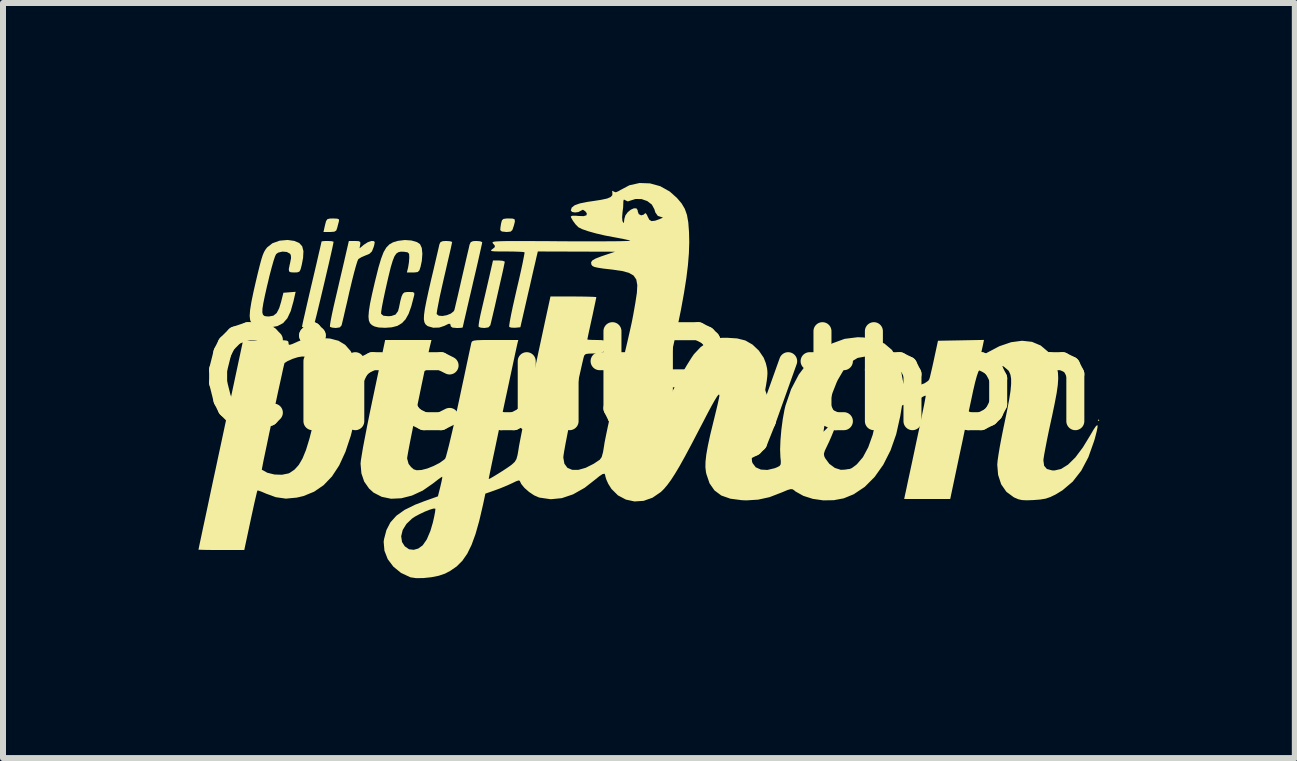
<source format=kicad_pcb>
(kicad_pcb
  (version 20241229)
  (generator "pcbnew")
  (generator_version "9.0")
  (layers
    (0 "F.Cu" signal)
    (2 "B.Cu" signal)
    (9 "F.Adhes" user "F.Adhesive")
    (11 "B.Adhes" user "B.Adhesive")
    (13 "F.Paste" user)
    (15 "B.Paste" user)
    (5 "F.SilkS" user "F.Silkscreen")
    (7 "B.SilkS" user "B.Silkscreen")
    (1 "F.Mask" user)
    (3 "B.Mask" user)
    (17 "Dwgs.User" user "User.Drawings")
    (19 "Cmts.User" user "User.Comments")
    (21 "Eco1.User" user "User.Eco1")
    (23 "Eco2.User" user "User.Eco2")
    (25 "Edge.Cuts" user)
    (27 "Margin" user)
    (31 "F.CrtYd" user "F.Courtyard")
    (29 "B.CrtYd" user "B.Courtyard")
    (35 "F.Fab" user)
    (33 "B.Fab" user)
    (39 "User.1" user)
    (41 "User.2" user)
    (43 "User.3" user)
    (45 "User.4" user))
  (footprint "CircuitPython"
    (layer "F.Cu")
    (at 7.764 3.291)
    (property "Reference" "CircuitPython" (at 0 0 0) (layer "F.SilkS") (effects (font (size 1.5 1.5) (thickness 0.3))))
    (attr board_only exclude_from_pos_files exclude_from_bom)
    (fp_poly (pts (xy 7.507 0.662) (xy 7.495 0.675) (xy 7.482 0.662) (xy 7.495 0.65)) (stroke (width 0) (type solid)) (fill yes) (layer "F.SilkS"))
    (fp_poly (pts (xy -5.194 -2.697) (xy -5.165 -2.685) (xy -5.164 -2.659) (xy -5.165 -2.656) (xy -5.18 -2.599) (xy -5.194 -2.544) (xy -5.21 -2.5) (xy -5.241 -2.48) (xy -5.303 -2.475) (xy -5.317 -2.475) (xy -5.423 -2.475) (xy -5.398 -2.587) (xy -5.38 -2.656) (xy -5.357 -2.689) (xy -5.314 -2.699) (xy -5.262 -2.7)) (stroke (width 0) (type solid)) (fill yes) (layer "F.SilkS"))
    (fp_poly (pts (xy -2.268 -2.698) (xy -2.237 -2.685) (xy -2.233 -2.648) (xy -2.251 -2.577) (xy -2.254 -2.569) (xy -2.275 -2.508) (xy -2.304 -2.481) (xy -2.362 -2.475) (xy -2.379 -2.475) (xy -2.451 -2.483) (xy -2.477 -2.506) (xy -2.477 -2.509) (xy -2.473 -2.557) (xy -2.462 -2.622) (xy -2.448 -2.671) (xy -2.422 -2.693) (xy -2.367 -2.7) (xy -2.337 -2.7)) (stroke (width 0) (type solid)) (fill yes) (layer "F.SilkS"))
    (fp_poly (pts (xy -2.438 -1.995) (xy -2.404 -1.982) (xy -2.402 -1.977) (xy -2.408 -1.947) (xy -2.422 -1.878) (xy -2.444 -1.777) (xy -2.472 -1.655) (xy -2.503 -1.518) (xy -2.535 -1.378) (xy -2.566 -1.241) (xy -2.595 -1.118) (xy -2.619 -1.016) (xy -2.636 -0.946) (xy -2.643 -0.919) (xy -2.674 -0.885) (xy -2.74 -0.875) (xy -2.801 -0.88) (xy -2.836 -0.893) (xy -2.837 -0.895) (xy -2.837 -0.926) (xy -2.827 -0.995) (xy -2.808 -1.089) (xy -2.791 -1.164) (xy -2.76 -1.297) (xy -2.723 -1.455) (xy -2.686 -1.615) (xy -2.665 -1.706) (xy -2.598 -2) (xy -2.5 -2)) (stroke (width 0) (type solid)) (fill yes) (layer "F.SilkS"))
    (fp_poly (pts (xy -5.293 -2.322) (xy -5.258 -2.314) (xy -5.255 -2.31) (xy -5.261 -2.277) (xy -5.276 -2.204) (xy -5.3 -2.097) (xy -5.33 -1.965) (xy -5.365 -1.816) (xy -5.402 -1.657) (xy -5.44 -1.497) (xy -5.477 -1.342) (xy -5.511 -1.201) (xy -5.54 -1.082) (xy -5.563 -0.993) (xy -5.577 -0.94) (xy -5.58 -0.931) (xy -5.612 -0.89) (xy -5.67 -0.876) (xy -5.693 -0.875) (xy -5.751 -0.881) (xy -5.78 -0.894) (xy -5.781 -0.897) (xy -5.775 -0.927) (xy -5.76 -0.998) (xy -5.735 -1.106) (xy -5.704 -1.243) (xy -5.667 -1.403) (xy -5.626 -1.58) (xy -5.618 -1.613) (xy -5.576 -1.792) (xy -5.538 -1.954) (xy -5.506 -2.094) (xy -5.48 -2.205) (xy -5.463 -2.28) (xy -5.456 -2.315) (xy -5.455 -2.316) (xy -5.433 -2.322) (xy -5.378 -2.325) (xy -5.355 -2.325)) (stroke (width 0) (type solid)) (fill yes) (layer "F.SilkS"))
    (fp_poly (pts (xy -4.836 -2.322) (xy -4.81 -2.308) (xy -4.809 -2.275) (xy -4.811 -2.263) (xy -4.822 -2.202) (xy -4.749 -2.263) (xy -4.685 -2.304) (xy -4.624 -2.325) (xy -4.617 -2.325) (xy -4.581 -2.322) (xy -4.569 -2.304) (xy -4.577 -2.258) (xy -4.587 -2.223) (xy -4.615 -2.152) (xy -4.657 -2.111) (xy -4.715 -2.087) (xy -4.785 -2.058) (xy -4.836 -2.027) (xy -4.843 -2.02) (xy -4.858 -1.987) (xy -4.881 -1.913) (xy -4.911 -1.805) (xy -4.945 -1.671) (xy -4.981 -1.52) (xy -4.992 -1.475) (xy -5.027 -1.319) (xy -5.06 -1.179) (xy -5.087 -1.061) (xy -5.108 -0.973) (xy -5.12 -0.924) (xy -5.121 -0.919) (xy -5.151 -0.885) (xy -5.218 -0.875) (xy -5.279 -0.881) (xy -5.314 -0.894) (xy -5.315 -0.896) (xy -5.314 -0.926) (xy -5.303 -0.996) (xy -5.283 -1.098) (xy -5.256 -1.223) (xy -5.232 -1.327) (xy -5.193 -1.493) (xy -5.152 -1.67) (xy -5.112 -1.841) (xy -5.078 -1.986) (xy -5.068 -2.031) (xy -5 -2.325) (xy -4.899 -2.325)) (stroke (width 0) (type solid)) (fill yes) (layer "F.SilkS"))
    (fp_poly (pts (xy -5.909 -2.326) (xy -5.828 -2.292) (xy -5.778 -2.237) (xy -5.757 -2.156) (xy -5.763 -2.043) (xy -5.785 -1.927) (xy -5.804 -1.853) (xy -5.824 -1.815) (xy -5.858 -1.802) (xy -5.91 -1.8) (xy -5.967 -1.803) (xy -5.996 -1.817) (xy -6.001 -1.855) (xy -5.987 -1.926) (xy -5.978 -1.964) (xy -5.963 -2.043) (xy -5.968 -2.091) (xy -5.981 -2.113) (xy -6.034 -2.142) (xy -6.107 -2.148) (xy -6.178 -2.131) (xy -6.212 -2.106) (xy -6.23 -2.069) (xy -6.256 -1.991) (xy -6.287 -1.881) (xy -6.322 -1.748) (xy -6.357 -1.599) (xy -6.359 -1.594) (xy -6.398 -1.421) (xy -6.425 -1.291) (xy -6.44 -1.197) (xy -6.442 -1.134) (xy -6.431 -1.095) (xy -6.407 -1.075) (xy -6.37 -1.068) (xy -6.331 -1.067) (xy -6.258 -1.08) (xy -6.203 -1.124) (xy -6.161 -1.205) (xy -6.13 -1.307) (xy -6.091 -1.462) (xy -5.989 -1.47) (xy -5.887 -1.478) (xy -5.923 -1.32) (xy -5.969 -1.156) (xy -6.025 -1.037) (xy -6.096 -0.956) (xy -6.189 -0.907) (xy -6.308 -0.885) (xy -6.338 -0.883) (xy -6.426 -0.882) (xy -6.498 -0.885) (xy -6.531 -0.891) (xy -6.584 -0.918) (xy -6.622 -0.954) (xy -6.645 -1.005) (xy -6.653 -1.077) (xy -6.646 -1.175) (xy -6.625 -1.306) (xy -6.59 -1.475) (xy -6.558 -1.616) (xy -6.517 -1.79) (xy -6.484 -1.922) (xy -6.458 -2.019) (xy -6.435 -2.09) (xy -6.413 -2.142) (xy -6.39 -2.181) (xy -6.364 -2.215) (xy -6.364 -2.216) (xy -6.274 -2.287) (xy -6.154 -2.33) (xy -6.021 -2.342)) (stroke (width 0) (type solid)) (fill yes) (layer "F.SilkS"))
    (fp_poly (pts (xy -3.956 -2.333) (xy -3.864 -2.306) (xy -3.814 -2.272) (xy -3.785 -2.209) (xy -3.775 -2.112) (xy -3.784 -1.994) (xy -3.805 -1.895) (xy -3.825 -1.834) (xy -3.854 -1.807) (xy -3.909 -1.8) (xy -3.932 -1.8) (xy -4.033 -1.8) (xy -4.013 -1.881) (xy -3.999 -1.967) (xy -3.993 -2.05) (xy -3.996 -2.109) (xy -4.019 -2.135) (xy -4.076 -2.145) (xy -4.079 -2.145) (xy -4.132 -2.147) (xy -4.175 -2.138) (xy -4.21 -2.114) (xy -4.241 -2.068) (xy -4.27 -1.994) (xy -4.302 -1.887) (xy -4.338 -1.74) (xy -4.367 -1.615) (xy -4.4 -1.467) (xy -4.428 -1.334) (xy -4.449 -1.225) (xy -4.461 -1.148) (xy -4.463 -1.111) (xy -4.462 -1.11) (xy -4.424 -1.079) (xy -4.341 -1.071) (xy -4.292 -1.075) (xy -4.223 -1.098) (xy -4.181 -1.155) (xy -4.166 -1.208) (xy -4.142 -1.325) (xy -4.121 -1.402) (xy -4.1 -1.446) (xy -4.073 -1.468) (xy -4.033 -1.474) (xy -4 -1.475) (xy -3.936 -1.473) (xy -3.91 -1.46) (xy -3.91 -1.426) (xy -3.915 -1.406) (xy -3.959 -1.238) (xy -4.004 -1.111) (xy -4.055 -1.02) (xy -4.114 -0.957) (xy -4.186 -0.913) (xy -4.195 -0.909) (xy -4.285 -0.886) (xy -4.396 -0.878) (xy -4.502 -0.883) (xy -4.572 -0.9) (xy -4.616 -0.923) (xy -4.648 -0.955) (xy -4.667 -1.001) (xy -4.673 -1.067) (xy -4.666 -1.158) (xy -4.647 -1.28) (xy -4.614 -1.437) (xy -4.568 -1.636) (xy -4.553 -1.697) (xy -4.506 -1.885) (xy -4.463 -2.029) (xy -4.422 -2.137) (xy -4.377 -2.214) (xy -4.326 -2.267) (xy -4.265 -2.302) (xy -4.19 -2.325) (xy -4.182 -2.327) (xy -4.067 -2.341)) (stroke (width 0) (type solid)) (fill yes) (layer "F.SilkS"))
    (fp_poly (pts (xy -2.813 -2.32) (xy -2.78 -2.307) (xy -2.778 -2.303) (xy -2.783 -2.273) (xy -2.799 -2.202) (xy -2.823 -2.094) (xy -2.854 -1.957) (xy -2.891 -1.797) (xy -2.933 -1.62) (xy -2.94 -1.587) (xy -2.982 -1.408) (xy -3.02 -1.246) (xy -3.052 -1.106) (xy -3.078 -0.995) (xy -3.095 -0.92) (xy -3.103 -0.885) (xy -3.103 -0.884) (xy -3.125 -0.878) (xy -3.181 -0.875) (xy -3.203 -0.875) (xy -3.273 -0.881) (xy -3.301 -0.902) (xy -3.303 -0.912) (xy -3.311 -0.943) (xy -3.341 -0.943) (xy -3.401 -0.914) (xy -3.403 -0.912) (xy -3.493 -0.882) (xy -3.594 -0.879) (xy -3.681 -0.904) (xy -3.698 -0.914) (xy -3.725 -0.939) (xy -3.742 -0.973) (xy -3.75 -1.023) (xy -3.747 -1.093) (xy -3.734 -1.19) (xy -3.709 -1.319) (xy -3.673 -1.486) (xy -3.629 -1.679) (xy -3.591 -1.838) (xy -3.557 -1.984) (xy -3.528 -2.108) (xy -3.506 -2.202) (xy -3.493 -2.259) (xy -3.491 -2.269) (xy -3.473 -2.306) (xy -3.434 -2.322) (xy -3.378 -2.325) (xy -3.316 -2.321) (xy -3.281 -2.31) (xy -3.279 -2.306) (xy -3.285 -2.278) (xy -3.3 -2.207) (xy -3.324 -2.102) (xy -3.355 -1.97) (xy -3.39 -1.816) (xy -3.414 -1.714) (xy -3.451 -1.55) (xy -3.484 -1.402) (xy -3.509 -1.276) (xy -3.527 -1.181) (xy -3.536 -1.122) (xy -3.536 -1.107) (xy -3.502 -1.08) (xy -3.44 -1.075) (xy -3.368 -1.088) (xy -3.3 -1.115) (xy -3.253 -1.153) (xy -3.242 -1.173) (xy -3.233 -1.208) (xy -3.215 -1.285) (xy -3.189 -1.394) (xy -3.158 -1.528) (xy -3.124 -1.678) (xy -3.117 -1.708) (xy -3.081 -1.863) (xy -3.049 -2.003) (xy -3.021 -2.122) (xy -3 -2.211) (xy -2.989 -2.261) (xy -2.988 -2.264) (xy -2.969 -2.305) (xy -2.931 -2.322) (xy -2.875 -2.325)) (stroke (width 0) (type solid)) (fill yes) (layer "F.SilkS"))
    (fp_poly (pts (xy -5.314 -0.699) (xy -5.173 -0.662) (xy -5.061 -0.594) (xy -4.97 -0.49) (xy -4.9 -0.362) (xy -4.876 -0.302) (xy -4.859 -0.243) (xy -4.85 -0.171) (xy -4.845 -0.075) (xy -4.844 0.057) (xy -4.844 0.075) (xy -4.852 0.309) (xy -4.874 0.515) (xy -4.889 0.6) (xy -4.967 0.918) (xy -5.057 1.189) (xy -5.161 1.415) (xy -5.282 1.6) (xy -5.421 1.745) (xy -5.578 1.853) (xy -5.757 1.926) (xy -5.868 1.952) (xy -6.049 1.969) (xy -6.218 1.945) (xy -6.377 1.887) (xy -6.451 1.855) (xy -6.504 1.836) (xy -6.524 1.834) (xy -6.532 1.86) (xy -6.548 1.928) (xy -6.572 2.03) (xy -6.6 2.158) (xy -6.632 2.305) (xy -6.638 2.334) (xy -6.743 2.825) (xy -7.125 2.825) (xy -7.257 2.825) (xy -7.369 2.824) (xy -7.453 2.822) (xy -7.5 2.82) (xy -7.507 2.819) (xy -7.501 2.794) (xy -7.487 2.724) (xy -7.463 2.613) (xy -7.432 2.465) (xy -7.393 2.284) (xy -7.348 2.073) (xy -7.298 1.836) (xy -7.243 1.578) (xy -7.223 1.487) (xy -6.451 1.487) (xy -6.358 1.538) (xy -6.239 1.567) (xy -6.115 1.571) (xy -6.006 1.549) (xy -5.983 1.538) (xy -5.904 1.484) (xy -5.834 1.406) (xy -5.772 1.299) (xy -5.714 1.157) (xy -5.658 0.974) (xy -5.615 0.807) (xy -5.551 0.524) (xy -5.507 0.283) (xy -5.484 0.083) (xy -5.482 -0.078) (xy -5.501 -0.204) (xy -5.541 -0.296) (xy -5.603 -0.358) (xy -5.688 -0.392) (xy -5.776 -0.4) (xy -5.847 -0.389) (xy -5.936 -0.361) (xy -6.02 -0.324) (xy -6.072 -0.291) (xy -6.079 -0.266) (xy -6.095 -0.199) (xy -6.117 -0.096) (xy -6.146 0.035) (xy -6.18 0.189) (xy -6.216 0.358) (xy -6.254 0.536) (xy -6.292 0.717) (xy -6.33 0.893) (xy -6.364 1.058) (xy -6.395 1.205) (xy -6.421 1.328) (xy -6.439 1.421) (xy -6.449 1.475) (xy -6.451 1.487) (xy -7.223 1.487) (xy -7.184 1.303) (xy -7.135 1.075) (xy -6.764 -0.662) (xy -6.385 -0.669) (xy -6.24 -0.672) (xy -6.138 -0.672) (xy -6.07 -0.669) (xy -6.031 -0.663) (xy -6.012 -0.652) (xy -6.006 -0.636) (xy -6.006 -0.627) (xy -6.003 -0.602) (xy -5.988 -0.594) (xy -5.95 -0.605) (xy -5.878 -0.636) (xy -5.862 -0.644) (xy -5.779 -0.678) (xy -5.702 -0.698) (xy -5.611 -0.708) (xy -5.493 -0.71)) (stroke (width 0) (type solid)) (fill yes) (layer "F.SilkS"))
    (fp_poly (pts (xy 0.018 -3.285) (xy 0.189 -3.238) (xy 0.348 -3.149) (xy 0.469 -3.041) (xy 0.546 -2.95) (xy 0.599 -2.86) (xy 0.635 -2.758) (xy 0.657 -2.633) (xy 0.669 -2.472) (xy 0.673 -2.304) (xy 0.667 -2.122) (xy 0.651 -1.923) (xy 0.624 -1.703) (xy 0.585 -1.456) (xy 0.535 -1.18) (xy 0.471 -0.869) (xy 0.394 -0.519) (xy 0.302 -0.125) (xy 0.298 -0.11) (xy 0.255 0.073) (xy 0.215 0.241) (xy 0.181 0.387) (xy 0.154 0.504) (xy 0.135 0.588) (xy 0.126 0.631) (xy 0.125 0.635) (xy 0.135 0.651) (xy 0.161 0.625) (xy 0.2 0.564) (xy 0.25 0.47) (xy 0.282 0.403) (xy 0.363 0.238) (xy 0.452 0.066) (xy 0.543 -0.101) (xy 0.631 -0.252) (xy 0.709 -0.377) (xy 0.751 -0.438) (xy 0.863 -0.557) (xy 0.979 -0.638) (xy 1.06 -0.679) (xy 1.132 -0.701) (xy 1.217 -0.711) (xy 1.301 -0.712) (xy 1.471 -0.701) (xy 1.607 -0.667) (xy 1.607 -0.667) (xy 1.726 -0.599) (xy 1.832 -0.499) (xy 1.913 -0.38) (xy 1.949 -0.289) (xy 1.96 -0.244) (xy 1.969 -0.205) (xy 1.974 -0.165) (xy 1.976 -0.121) (xy 1.973 -0.067) (xy 1.965 0.002) (xy 1.951 0.09) (xy 1.93 0.203) (xy 1.901 0.345) (xy 1.865 0.522) (xy 1.82 0.737) (xy 1.765 0.997) (xy 1.765 0.998) (xy 1.737 1.135) (xy 1.721 1.233) (xy 1.715 1.302) (xy 1.719 1.35) (xy 1.728 1.377) (xy 1.781 1.447) (xy 1.867 1.485) (xy 1.975 1.491) (xy 2.098 1.462) (xy 2.144 1.443) (xy 2.18 1.423) (xy 2.197 1.395) (xy 2.199 1.345) (xy 2.192 1.276) (xy 2.187 1.151) (xy 2.193 0.994) (xy 2.205 0.854) (xy 2.91 0.854) (xy 3.031 0.734) (xy 3.092 0.677) (xy 3.135 0.64) (xy 3.153 0.631) (xy 3.153 0.632) (xy 3.144 0.67) (xy 3.119 0.741) (xy 3.083 0.832) (xy 3.043 0.93) (xy 3.002 1.024) (xy 2.968 1.095) (xy 2.932 1.171) (xy 2.917 1.221) (xy 2.922 1.26) (xy 2.937 1.294) (xy 3.007 1.389) (xy 3.099 1.457) (xy 3.198 1.489) (xy 3.266 1.486) (xy 3.322 1.477) (xy 3.346 1.475) (xy 3.382 1.46) (xy 3.437 1.42) (xy 3.467 1.396) (xy 3.567 1.279) (xy 3.655 1.115) (xy 3.729 0.908) (xy 3.788 0.66) (xy 3.788 0.657) (xy 3.822 0.479) (xy 3.762 0.464) (xy 3.673 0.42) (xy 3.62 0.341) (xy 3.604 0.236) (xy 3.623 0.099) (xy 3.685 -0.014) (xy 3.757 -0.082) (xy 3.806 -0.126) (xy 3.823 -0.161) (xy 3.812 -0.211) (xy 3.807 -0.227) (xy 3.758 -0.326) (xy 3.695 -0.382) (xy 3.611 -0.4) (xy 3.61 -0.4) (xy 3.479 -0.376) (xy 3.359 -0.303) (xy 3.25 -0.182) (xy 3.15 -0.012) (xy 3.129 0.032) (xy 3.062 0.202) (xy 3.001 0.398) (xy 2.953 0.597) (xy 2.932 0.708) (xy 2.91 0.854) (xy 2.205 0.854) (xy 2.208 0.82) (xy 2.231 0.646) (xy 2.26 0.486) (xy 2.277 0.417) (xy 2.371 0.144) (xy 2.499 -0.1) (xy 2.657 -0.31) (xy 2.668 -0.321) (xy 2.856 -0.494) (xy 3.055 -0.618) (xy 3.263 -0.694) (xy 3.48 -0.721) (xy 3.579 -0.717) (xy 3.77 -0.683) (xy 3.926 -0.615) (xy 4.049 -0.511) (xy 4.139 -0.369) (xy 4.199 -0.189) (xy 4.219 -0.071) (xy 4.234 0.007) (xy 4.252 0.064) (xy 4.264 0.081) (xy 4.327 0.099) (xy 4.414 0.097) (xy 4.508 0.078) (xy 4.594 0.047) (xy 4.655 0.006) (xy 4.673 -0.02) (xy 4.684 -0.057) (xy 4.702 -0.133) (xy 4.726 -0.236) (xy 4.752 -0.355) (xy 4.753 -0.36) (xy 4.818 -0.662) (xy 5.201 -0.669) (xy 5.585 -0.676) (xy 5.568 -0.594) (xy 5.551 -0.517) (xy 5.537 -0.453) (xy 5.523 -0.393) (xy 5.633 -0.461) (xy 5.841 -0.571) (xy 6.038 -0.638) (xy 6.22 -0.662) (xy 6.385 -0.644) (xy 6.53 -0.583) (xy 6.652 -0.48) (xy 6.738 -0.357) (xy 6.776 -0.281) (xy 6.803 -0.207) (xy 6.818 -0.127) (xy 6.822 -0.036) (xy 6.815 0.074) (xy 6.796 0.209) (xy 6.764 0.378) (xy 6.721 0.586) (xy 6.707 0.649) (xy 6.67 0.819) (xy 6.637 0.979) (xy 6.61 1.119) (xy 6.589 1.231) (xy 6.577 1.308) (xy 6.575 1.333) (xy 6.587 1.421) (xy 6.633 1.475) (xy 6.718 1.498) (xy 6.758 1.5) (xy 6.869 1.475) (xy 6.986 1.402) (xy 7.108 1.282) (xy 7.233 1.115) (xy 7.352 0.92) (xy 7.412 0.817) (xy 7.453 0.758) (xy 7.475 0.743) (xy 7.478 0.774) (xy 7.463 0.85) (xy 7.431 0.973) (xy 7.418 1.015) (xy 7.324 1.28) (xy 7.206 1.503) (xy 7.063 1.686) (xy 6.893 1.83) (xy 6.782 1.898) (xy 6.692 1.942) (xy 6.613 1.969) (xy 6.523 1.984) (xy 6.409 1.993) (xy 6.298 1.997) (xy 6.219 1.993) (xy 6.159 1.98) (xy 6.098 1.954) (xy 6.081 1.946) (xy 5.958 1.855) (xy 5.871 1.73) (xy 5.82 1.572) (xy 5.806 1.405) (xy 5.811 1.341) (xy 5.826 1.238) (xy 5.848 1.105) (xy 5.877 0.951) (xy 5.91 0.786) (xy 5.922 0.73) (xy 5.969 0.504) (xy 6.004 0.321) (xy 6.027 0.174) (xy 6.037 0.06) (xy 6.037 -0.028) (xy 6.026 -0.095) (xy 6.004 -0.147) (xy 5.991 -0.167) (xy 5.912 -0.234) (xy 5.808 -0.264) (xy 5.688 -0.255) (xy 5.56 -0.207) (xy 5.508 -0.177) (xy 5.49 -0.145) (xy 5.465 -0.073) (xy 5.437 0.03) (xy 5.408 0.154) (xy 5.405 0.166) (xy 5.382 0.276) (xy 5.35 0.425) (xy 5.312 0.603) (xy 5.27 0.8) (xy 5.227 1.007) (xy 5.183 1.213) (xy 5.179 1.231) (xy 5.022 1.975) (xy 4.639 1.975) (xy 4.255 1.975) (xy 4.269 1.906) (xy 4.278 1.866) (xy 4.296 1.782) (xy 4.321 1.663) (xy 4.353 1.515) (xy 4.39 1.343) (xy 4.43 1.154) (xy 4.452 1.05) (xy 4.493 0.859) (xy 4.53 0.684) (xy 4.561 0.531) (xy 4.587 0.406) (xy 4.604 0.314) (xy 4.613 0.263) (xy 4.614 0.253) (xy 4.59 0.258) (xy 4.543 0.284) (xy 4.54 0.287) (xy 4.476 0.32) (xy 4.391 0.357) (xy 4.346 0.373) (xy 4.219 0.416) (xy 4.189 0.596) (xy 4.122 0.896) (xy 4.027 1.166) (xy 3.906 1.405) (xy 3.762 1.608) (xy 3.598 1.773) (xy 3.414 1.896) (xy 3.248 1.964) (xy 3.083 1.995) (xy 2.907 1.998) (xy 2.733 1.973) (xy 2.575 1.923) (xy 2.446 1.851) (xy 2.422 1.831) (xy 2.395 1.813) (xy 2.362 1.811) (xy 2.312 1.825) (xy 2.231 1.859) (xy 2.209 1.868) (xy 2.009 1.945) (xy 1.821 1.986) (xy 1.625 1.998) (xy 1.548 1.995) (xy 1.358 1.97) (xy 1.207 1.917) (xy 1.093 1.832) (xy 1.011 1.714) (xy 0.958 1.558) (xy 0.951 1.525) (xy 0.942 1.446) (xy 0.944 1.351) (xy 0.957 1.234) (xy 0.983 1.088) (xy 1.022 0.907) (xy 1.076 0.686) (xy 1.088 0.638) (xy 1.119 0.51) (xy 1.146 0.398) (xy 1.165 0.311) (xy 1.175 0.259) (xy 1.175 0.25) (xy 1.171 0.234) (xy 1.158 0.239) (xy 1.135 0.269) (xy 1.098 0.329) (xy 1.046 0.421) (xy 0.978 0.548) (xy 0.891 0.716) (xy 0.834 0.825) (xy 0.71 1.063) (xy 0.604 1.261) (xy 0.514 1.423) (xy 0.436 1.554) (xy 0.368 1.659) (xy 0.307 1.742) (xy 0.25 1.809) (xy 0.199 1.859) (xy 0.06 1.954) (xy -0.088 2.006) (xy -0.239 2.016) (xy -0.383 1.985) (xy -0.515 1.915) (xy -0.624 1.807) (xy -0.677 1.722) (xy -0.708 1.654) (xy -0.725 1.599) (xy -0.726 1.588) (xy -0.736 1.555) (xy -0.771 1.559) (xy -0.832 1.6) (xy -0.87 1.632) (xy -1.071 1.789) (xy -1.264 1.898) (xy -1.451 1.961) (xy -1.636 1.979) (xy -1.822 1.952) (xy -1.835 1.948) (xy -1.913 1.914) (xy -1.998 1.857) (xy -2.074 1.79) (xy -2.127 1.725) (xy -2.14 1.698) (xy -2.152 1.672) (xy -2.172 1.666) (xy -2.213 1.68) (xy -2.273 1.709) (xy -2.36 1.749) (xy -2.469 1.794) (xy -2.557 1.827) (xy -2.725 1.886) (xy -2.765 2.074) (xy -2.827 2.339) (xy -2.889 2.559) (xy -2.955 2.74) (xy -3.027 2.887) (xy -3.109 3.005) (xy -3.203 3.099) (xy -3.312 3.174) (xy -3.398 3.219) (xy -3.501 3.254) (xy -3.627 3.279) (xy -3.76 3.293) (xy -3.881 3.294) (xy -3.975 3.28) (xy -3.979 3.278) (xy -4.132 3.206) (xy -4.258 3.103) (xy -4.352 2.978) (xy -4.407 2.837) (xy -4.42 2.689) (xy -4.414 2.645) (xy -4.401 2.596) (xy -4.128 2.596) (xy -4.114 2.692) (xy -4.068 2.764) (xy -3.997 2.813) (xy -3.919 2.822) (xy -3.844 2.801) (xy -3.77 2.748) (xy -3.701 2.648) (xy -3.641 2.507) (xy -3.6 2.367) (xy -3.578 2.269) (xy -3.563 2.191) (xy -3.558 2.144) (xy -3.559 2.136) (xy -3.591 2.135) (xy -3.654 2.154) (xy -3.735 2.186) (xy -3.821 2.227) (xy -3.901 2.27) (xy -3.946 2.3) (xy -4.041 2.391) (xy -4.103 2.492) (xy -4.128 2.596) (xy -4.401 2.596) (xy -4.374 2.493) (xy -4.307 2.364) (xy -4.208 2.254) (xy -4.072 2.157) (xy -3.895 2.07) (xy -3.749 2.014) (xy -3.516 1.931) (xy -3.476 1.772) (xy -3.457 1.69) (xy -3.445 1.629) (xy -3.443 1.604) (xy -3.464 1.615) (xy -3.513 1.65) (xy -3.581 1.703) (xy -3.595 1.714) (xy -3.769 1.835) (xy -3.949 1.918) (xy -4.126 1.963) (xy -4.296 1.971) (xy -4.452 1.939) (xy -4.588 1.869) (xy -4.664 1.8) (xy -4.745 1.684) (xy -4.791 1.548) (xy -4.805 1.387) (xy -4.8 1.335) (xy -4.785 1.241) (xy -4.763 1.109) (xy -4.732 0.948) (xy -4.696 0.761) (xy -4.655 0.557) (xy -4.61 0.341) (xy -4.6 0.294) (xy -4.395 -0.675) (xy -4.009 -0.675) (xy -3.623 -0.675) (xy -3.639 -0.611) (xy -3.658 -0.532) (xy -3.683 -0.418) (xy -3.714 -0.275) (xy -3.749 -0.11) (xy -3.787 0.071) (xy -3.826 0.261) (xy -3.866 0.454) (xy -3.904 0.641) (xy -3.939 0.818) (xy -3.971 0.977) (xy -3.997 1.111) (xy -4.016 1.215) (xy -4.027 1.28) (xy -4.029 1.3) (xy -4.005 1.389) (xy -3.964 1.442) (xy -3.917 1.482) (xy -3.868 1.496) (xy -3.796 1.492) (xy -3.787 1.491) (xy -3.693 1.467) (xy -3.588 1.425) (xy -3.488 1.374) (xy -3.413 1.32) (xy -3.395 1.303) (xy -3.382 1.27) (xy -3.361 1.193) (xy -3.332 1.08) (xy -3.297 0.934) (xy -3.257 0.762) (xy -3.215 0.57) (xy -3.17 0.362) (xy -3.167 0.35) (xy -3.123 0.141) (xy -3.081 -0.054) (xy -3.044 -0.229) (xy -3.012 -0.379) (xy -2.987 -0.497) (xy -2.969 -0.579) (xy -2.961 -0.618) (xy -2.961 -0.619) (xy -2.954 -0.64) (xy -2.941 -0.655) (xy -2.913 -0.665) (xy -2.863 -0.671) (xy -2.784 -0.674) (xy -2.667 -0.675) (xy -2.562 -0.675) (xy -2.176 -0.675) (xy -2.19 -0.619) (xy -2.201 -0.572) (xy -2.22 -0.485) (xy -2.246 -0.364) (xy -2.278 -0.214) (xy -2.315 -0.042) (xy -2.355 0.146) (xy -2.398 0.345) (xy -2.441 0.548) (xy -2.484 0.751) (xy -2.525 0.946) (xy -2.563 1.128) (xy -2.598 1.292) (xy -2.627 1.431) (xy -2.649 1.539) (xy -2.664 1.611) (xy -2.669 1.641) (xy -2.669 1.642) (xy -2.646 1.633) (xy -2.593 1.603) (xy -2.521 1.559) (xy -2.441 1.509) (xy -2.365 1.459) (xy -2.303 1.416) (xy -2.28 1.398) (xy -2.235 1.356) (xy -2.207 1.309) (xy -2.188 1.239) (xy -2.175 1.163) (xy -2.164 1.092) (xy -2.142 0.977) (xy -2.111 0.82) (xy -2.071 0.625) (xy -2.024 0.397) (xy -1.97 0.139) (xy -1.91 -0.145) (xy -1.845 -0.451) (xy -1.775 -0.776) (xy -1.723 -1.019) (xy -1.64 -1.4) (xy -1.258 -1.4) (xy -1.126 -1.399) (xy -1.014 -1.397) (xy -0.93 -1.394) (xy -0.883 -1.391) (xy -0.876 -1.388) (xy -0.881 -1.361) (xy -0.895 -1.294) (xy -0.916 -1.196) (xy -0.941 -1.077) (xy -0.951 -1.033) (xy -0.978 -0.909) (xy -1.001 -0.804) (xy -1.017 -0.727) (xy -1.025 -0.686) (xy -1.026 -0.683) (xy -1.003 -0.679) (xy -0.944 -0.676) (xy -0.876 -0.675) (xy -0.792 -0.673) (xy -0.747 -0.666) (xy -0.729 -0.648) (xy -0.726 -0.619) (xy -0.731 -0.532) (xy -0.753 -0.482) (xy -0.801 -0.457) (xy -0.886 -0.45) (xy -0.914 -0.45) (xy -1 -0.448) (xy -1.049 -0.441) (xy -1.074 -0.422) (xy -1.086 -0.39) (xy -1.112 -0.281) (xy -1.143 -0.143) (xy -1.179 0.018) (xy -1.216 0.195) (xy -1.255 0.379) (xy -1.293 0.565) (xy -1.329 0.743) (xy -1.361 0.909) (xy -1.389 1.053) (xy -1.41 1.169) (xy -1.423 1.25) (xy -1.426 1.286) (xy -1.408 1.387) (xy -1.358 1.455) (xy -1.279 1.489) (xy -1.176 1.49) (xy -1.055 1.456) (xy -0.919 1.388) (xy -0.818 1.32) (xy -0.787 1.277) (xy -0.764 1.195) (xy -0.749 1.103) (xy -0.738 1.033) (xy -0.716 0.922) (xy -0.686 0.778) (xy -0.649 0.608) (xy -0.607 0.419) (xy -0.561 0.221) (xy -0.54 0.129) (xy -0.479 -0.13) (xy -0.428 -0.345) (xy -0.387 -0.522) (xy -0.353 -0.667) (xy -0.326 -0.786) (xy -0.304 -0.883) (xy -0.286 -0.965) (xy -0.272 -1.036) (xy -0.259 -1.103) (xy -0.247 -1.171) (xy -0.234 -1.245) (xy -0.226 -1.29) (xy -0.2 -1.46) (xy -0.193 -1.589) (xy -0.21 -1.683) (xy -0.255 -1.749) (xy -0.333 -1.794) (xy -0.449 -1.825) (xy -0.608 -1.848) (xy -0.628 -1.85) (xy -0.759 -1.865) (xy -0.849 -1.879) (xy -0.906 -1.892) (xy -0.939 -1.907) (xy -0.955 -1.927) (xy -0.959 -1.934) (xy -0.963 -1.97) (xy -0.942 -2.001) (xy -0.888 -2.032) (xy -0.795 -2.068) (xy -0.751 -2.083) (xy -0.563 -2.146) (xy -1.207 -2.148) (xy -1.851 -2.15) (xy -1.864 -2.094) (xy -1.874 -2.054) (xy -1.892 -1.973) (xy -1.919 -1.859) (xy -1.951 -1.719) (xy -1.987 -1.56) (xy -2.01 -1.462) (xy -2.142 -0.887) (xy -2.225 -0.879) (xy -2.287 -0.88) (xy -2.326 -0.891) (xy -2.327 -0.892) (xy -2.327 -0.921) (xy -2.316 -0.992) (xy -2.296 -1.098) (xy -2.268 -1.231) (xy -2.233 -1.387) (xy -2.203 -1.519) (xy -2.164 -1.685) (xy -2.13 -1.836) (xy -2.103 -1.962) (xy -2.084 -2.06) (xy -2.073 -2.12) (xy -2.073 -2.137) (xy -2.101 -2.142) (xy -2.17 -2.146) (xy -2.267 -2.149) (xy -2.375 -2.15) (xy -2.497 -2.15) (xy -2.577 -2.152) (xy -2.619 -2.157) (xy -2.632 -2.166) (xy -2.621 -2.18) (xy -2.607 -2.19) (xy -2.568 -2.222) (xy -2.568 -2.248) (xy -2.594 -2.279) (xy -2.603 -2.29) (xy -2.606 -2.3) (xy -2.599 -2.308) (xy -2.577 -2.314) (xy -2.537 -2.318) (xy -2.474 -2.321) (xy -2.385 -2.323) (xy -2.265 -2.324) (xy -2.111 -2.324) (xy -1.918 -2.323) (xy -1.682 -2.322) (xy -1.458 -2.32) (xy -1.222 -2.319) (xy -1.003 -2.319) (xy -0.805 -2.319) (xy -0.634 -2.32) (xy -0.495 -2.321) (xy -0.391 -2.324) (xy -0.327 -2.326) (xy -0.309 -2.33) (xy -0.309 -2.33) (xy -0.346 -2.341) (xy -0.42 -2.357) (xy -0.518 -2.376) (xy -0.577 -2.387) (xy -0.731 -2.416) (xy -0.878 -2.45) (xy -1.007 -2.486) (xy -1.109 -2.521) (xy -1.172 -2.552) (xy -1.177 -2.556) (xy -1.222 -2.602) (xy -1.265 -2.66) (xy -1.295 -2.713) (xy -1.298 -2.721) (xy -0.446 -2.721) (xy -0.441 -2.66) (xy -0.426 -2.627) (xy -0.42 -2.625) (xy -0.414 -2.647) (xy -0.409 -2.693) (xy -0.391 -2.752) (xy -0.352 -2.805) (xy -0.302 -2.846) (xy -0.251 -2.869) (xy -0.209 -2.869) (xy -0.187 -2.839) (xy -0.186 -2.82) (xy -0.169 -2.773) (xy -0.129 -2.752) (xy -0.086 -2.764) (xy -0.072 -2.779) (xy -0.053 -2.789) (xy -0.031 -2.757) (xy -0.02 -2.731) (xy 0.008 -2.678) (xy 0.045 -2.656) (xy 0.105 -2.663) (xy 0.175 -2.688) (xy 0.225 -2.71) (xy 0.229 -2.721) (xy 0.21 -2.723) (xy 0.149 -2.743) (xy 0.108 -2.8) (xy 0.091 -2.855) (xy 0.049 -2.932) (xy -0.027 -2.99) (xy -0.122 -3.023) (xy -0.222 -3.025) (xy -0.299 -3.001) (xy -0.351 -2.984) (xy -0.39 -3.002) (xy -0.416 -3.016) (xy -0.425 -2.992) (xy -0.426 -2.96) (xy -0.429 -2.884) (xy -0.44 -2.799) (xy -0.44 -2.794) (xy -0.446 -2.721) (xy -1.298 -2.721) (xy -1.301 -2.734) (xy -1.279 -2.745) (xy -1.221 -2.746) (xy -1.177 -2.742) (xy -1.086 -2.739) (xy -1.039 -2.754) (xy -1.035 -2.787) (xy -1.06 -2.82) (xy -1.099 -2.846) (xy -1.131 -2.83) (xy -1.131 -2.83) (xy -1.175 -2.807) (xy -1.231 -2.8) (xy -1.28 -2.809) (xy -1.301 -2.833) (xy -1.301 -2.834) (xy -1.286 -2.881) (xy -1.237 -2.92) (xy -1.15 -2.951) (xy -1.02 -2.977) (xy -0.937 -2.989) (xy -0.795 -3.011) (xy -0.697 -3.032) (xy -0.638 -3.057) (xy -0.61 -3.087) (xy -0.608 -3.126) (xy -0.609 -3.131) (xy -0.613 -3.162) (xy -0.591 -3.152) (xy -0.587 -3.149) (xy -0.552 -3.136) (xy -0.504 -3.156) (xy -0.482 -3.17) (xy -0.325 -3.253) (xy -0.156 -3.291)) (stroke (width 0) (type solid)) (fill yes) (layer "F.SilkS")))
  (gr_rect
    (start -3 -3)
    (end 18.529 9.584)
    (stroke (width 0.1) (type default))
    (fill no)
    (layer "Edge.Cuts")))
</source>
